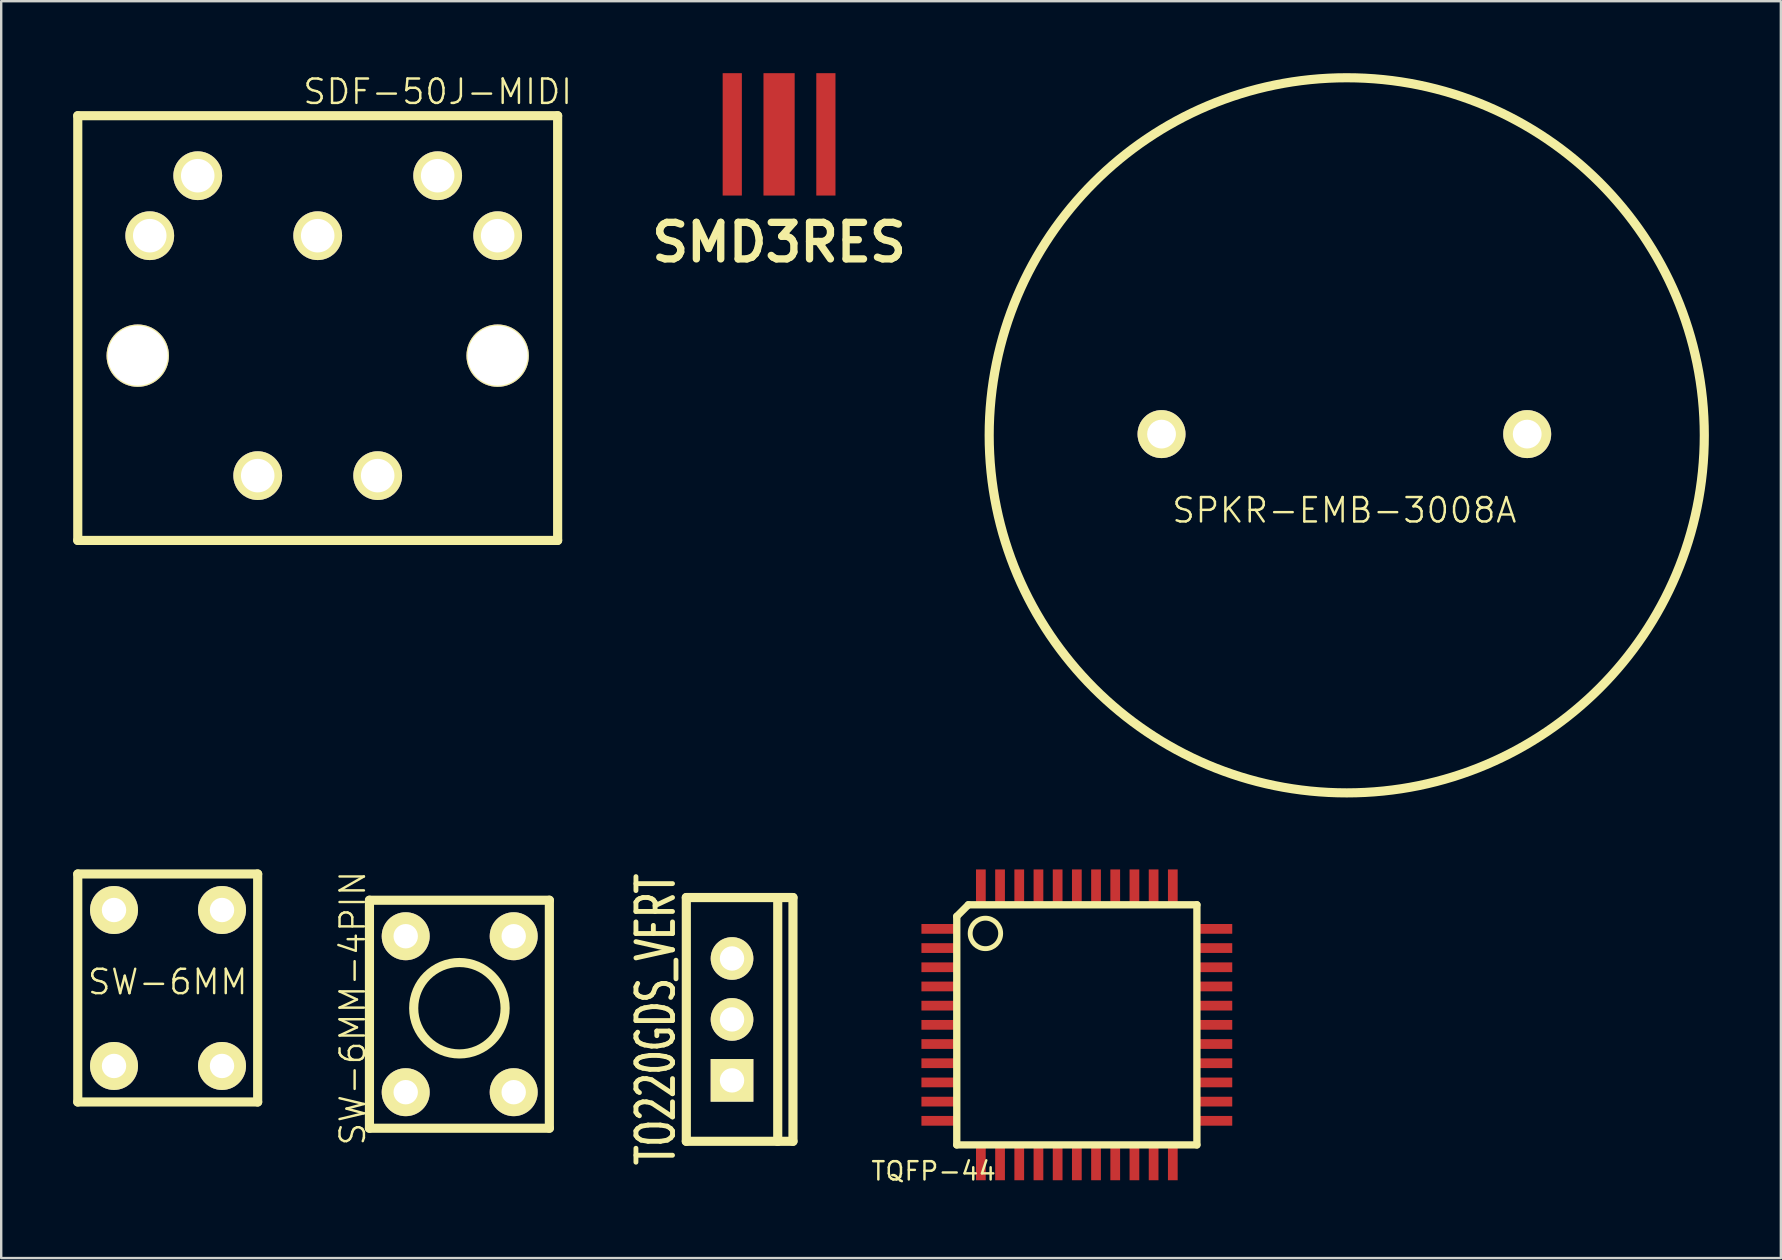
<source format=kicad_pcb>
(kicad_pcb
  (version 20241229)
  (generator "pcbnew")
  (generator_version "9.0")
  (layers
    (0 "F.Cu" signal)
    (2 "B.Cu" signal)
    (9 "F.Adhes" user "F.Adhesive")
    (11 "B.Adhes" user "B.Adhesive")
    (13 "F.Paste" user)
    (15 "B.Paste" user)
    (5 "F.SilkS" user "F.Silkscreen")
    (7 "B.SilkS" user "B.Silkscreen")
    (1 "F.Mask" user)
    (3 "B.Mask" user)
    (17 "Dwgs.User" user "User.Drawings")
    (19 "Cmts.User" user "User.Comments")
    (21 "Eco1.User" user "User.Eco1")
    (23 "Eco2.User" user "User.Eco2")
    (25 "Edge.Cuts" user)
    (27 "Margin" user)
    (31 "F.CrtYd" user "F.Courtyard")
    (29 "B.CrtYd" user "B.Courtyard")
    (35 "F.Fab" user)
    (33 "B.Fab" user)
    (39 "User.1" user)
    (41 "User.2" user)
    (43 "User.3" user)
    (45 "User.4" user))
  (footprint "SW-6MM"
    (layer "F.Cu")
    (at 3.94 37.877)
    (property "Reference" "SW-6MM" (at 0 0 0) (layer "F.SilkS") (effects (font (size 1.016 1.016) (thickness 0.102))))
    (attr through_hole)
    (fp_line (start -3.749 -4.501) (end -3.749 5.001) (stroke (width 0.381) (type solid)) (layer "F.SilkS"))
    (fp_line (start -3.749 5.001) (end 3.749 5.001) (stroke (width 0.381) (type solid)) (layer "F.SilkS"))
    (fp_line (start 3.749 -4.501) (end -3.749 -4.501) (stroke (width 0.381) (type solid)) (layer "F.SilkS"))
    (fp_line (start 3.749 5.001) (end 3.749 -4.501) (stroke (width 0.381) (type solid)) (layer "F.SilkS"))
    (pad "1" thru_hole circle (at -2.238 -3) (size 1.999 1.999) (drill 1.016) (layers "*.Cu" "*.Mask" "F.SilkS"))
    (pad "1" thru_hole circle (at -2.238 3.5) (size 1.999 1.999) (drill 1.016) (layers "*.Cu" "*.Mask" "F.SilkS"))
    (pad "2" thru_hole circle (at 2.263 -3) (size 1.999 1.999) (drill 1.016) (layers "*.Cu" "*.Mask" "F.SilkS"))
    (pad "2" thru_hole circle (at 2.263 3.5) (size 1.999 1.999) (drill 1.016) (layers "*.Cu" "*.Mask" "F.SilkS")))
  (footprint "SPKR-EMB-3008A"
    (layer "F.Cu")
    (at 52.98 15.042)
    (property "Reference" "SPKR-EMB-3008A" (at 0 3.175 0) (layer "F.SilkS") (effects (font (size 1.016 1.016) (thickness 0.102))))
    (attr through_hole)
    (fp_circle (center 0.099 0.051) (end 15.001 -0.051) (stroke (width 0.381) (type solid)) (fill no) (layer "F.SilkS"))
    (pad "1" thru_hole circle (at -7.62 0) (size 1.999 1.999) (drill 1.199) (layers "*.Cu" "*.Mask" "F.SilkS"))
    (pad "2" thru_hole circle (at 7.62 0) (size 1.999 1.999) (drill 1.199) (layers "*.Cu" "*.Mask" "F.SilkS")))
  (footprint "SMD3RES"
    (layer "F.Cu")
    (at 29.42 2.55)
    (property "Reference" "SMD3RES" (at 0 4.501 0) (layer "F.SilkS") (effects (font (size 1.524 1.524) (thickness 0.305))))
    (attr through_hole)
    (pad "1" smd rect (at -1.951 0) (size 0.8 5.1) (layers "F.Cu" "F.Mask" "F.Paste"))
    (pad "2" smd rect (at 0 0) (size 1.3 5.1) (layers "F.Cu" "F.Mask" "F.Paste"))
    (pad "3" smd rect (at 1.951 0) (size 0.8 5.1) (layers "F.Cu" "F.Mask" "F.Paste")))
  (footprint "TQFP-44"
    (placed yes)
    (layer "F.Cu")
    (at 41.83 39.663)
    (property "Reference" "TQFP-44" (at -5.969 6.096 0) (layer "F.SilkS") (effects (font (size 0.762 0.762) (thickness 0.102))))
    (attr smd)
    (fp_line (start -5.004 -4.521) (end -5.004 5.004) (stroke (width 0.305) (type solid)) (layer "F.SilkS"))
    (fp_line (start -5.004 -4.521) (end -4.521 -5.004) (stroke (width 0.305) (type solid)) (layer "F.SilkS"))
    (fp_line (start -4.521 -5.004) (end 5.004 -5.004) (stroke (width 0.305) (type solid)) (layer "F.SilkS"))
    (fp_line (start 5.004 -5.004) (end 5.004 5.004) (stroke (width 0.305) (type solid)) (layer "F.SilkS"))
    (fp_line (start 5.004 5.004) (end -5.004 5.004) (stroke (width 0.305) (type solid)) (layer "F.SilkS"))
    (fp_circle (center -3.81 -3.81) (end -3.81 -3.175) (stroke (width 0.203) (type solid)) (fill no) (layer "F.SilkS"))
    (pad "1" smd rect (at -5.715 -4) (size 1.524 0.406) (layers "F.Cu" "F.Mask" "F.Paste"))
    (pad "2" smd rect (at -5.715 -3.2) (size 1.524 0.406) (layers "F.Cu" "F.Mask" "F.Paste"))
    (pad "3" smd rect (at -5.715 -2.4) (size 1.524 0.406) (layers "F.Cu" "F.Mask" "F.Paste"))
    (pad "4" smd rect (at -5.715 -1.6) (size 1.524 0.406) (layers "F.Cu" "F.Mask" "F.Paste"))
    (pad "5" smd rect (at -5.715 -0.8) (size 1.524 0.406) (layers "F.Cu" "F.Mask" "F.Paste"))
    (pad "6" smd rect (at -5.715 0) (size 1.524 0.406) (layers "F.Cu" "F.Mask" "F.Paste"))
    (pad "7" smd rect (at -5.715 0.8) (size 1.524 0.406) (layers "F.Cu" "F.Mask" "F.Paste"))
    (pad "8" smd rect (at -5.715 1.6) (size 1.524 0.406) (layers "F.Cu" "F.Mask" "F.Paste"))
    (pad "9" smd rect (at -5.715 2.4) (size 1.524 0.406) (layers "F.Cu" "F.Mask" "F.Paste"))
    (pad "10" smd rect (at -5.715 3.2) (size 1.524 0.406) (layers "F.Cu" "F.Mask" "F.Paste"))
    (pad "11" smd rect (at -5.715 4) (size 1.524 0.406) (layers "F.Cu" "F.Mask" "F.Paste"))
    (pad "12" smd rect (at -4 5.715) (size 0.406 1.524) (layers "F.Cu" "F.Mask" "F.Paste"))
    (pad "13" smd rect (at -3.2 5.715) (size 0.406 1.524) (layers "F.Cu" "F.Mask" "F.Paste"))
    (pad "14" smd rect (at -2.4 5.715) (size 0.406 1.524) (layers "F.Cu" "F.Mask" "F.Paste"))
    (pad "15" smd rect (at -1.6 5.715) (size 0.406 1.524) (layers "F.Cu" "F.Mask" "F.Paste"))
    (pad "16" smd rect (at -0.8 5.715) (size 0.406 1.524) (layers "F.Cu" "F.Mask" "F.Paste"))
    (pad "17" smd rect (at 0 5.715) (size 0.406 1.524) (layers "F.Cu" "F.Mask" "F.Paste"))
    (pad "18" smd rect (at 0.8 5.715) (size 0.406 1.524) (layers "F.Cu" "F.Mask" "F.Paste"))
    (pad "19" smd rect (at 1.6 5.715) (size 0.406 1.524) (layers "F.Cu" "F.Mask" "F.Paste"))
    (pad "20" smd rect (at 2.4 5.715) (size 0.406 1.524) (layers "F.Cu" "F.Mask" "F.Paste"))
    (pad "21" smd rect (at 3.2 5.715) (size 0.406 1.524) (layers "F.Cu" "F.Mask" "F.Paste"))
    (pad "22" smd rect (at 4 5.715) (size 0.406 1.524) (layers "F.Cu" "F.Mask" "F.Paste"))
    (pad "23" smd rect (at 5.715 4) (size 1.524 0.406) (layers "F.Cu" "F.Mask" "F.Paste"))
    (pad "24" smd rect (at 5.715 3.2) (size 1.524 0.406) (layers "F.Cu" "F.Mask" "F.Paste"))
    (pad "25" smd rect (at 5.715 2.4) (size 1.524 0.406) (layers "F.Cu" "F.Mask" "F.Paste"))
    (pad "26" smd rect (at 5.715 1.6) (size 1.524 0.406) (layers "F.Cu" "F.Mask" "F.Paste"))
    (pad "27" smd rect (at 5.715 0.8) (size 1.524 0.406) (layers "F.Cu" "F.Mask" "F.Paste"))
    (pad "28" smd rect (at 5.715 0) (size 1.524 0.406) (layers "F.Cu" "F.Mask" "F.Paste"))
    (pad "29" smd rect (at 5.715 -0.8) (size 1.524 0.406) (layers "F.Cu" "F.Mask" "F.Paste"))
    (pad "30" smd rect (at 5.715 -1.6) (size 1.524 0.406) (layers "F.Cu" "F.Mask" "F.Paste"))
    (pad "31" smd rect (at 5.715 -2.4) (size 1.524 0.406) (layers "F.Cu" "F.Mask" "F.Paste"))
    (pad "32" smd rect (at 5.715 -3.2) (size 1.524 0.406) (layers "F.Cu" "F.Mask" "F.Paste"))
    (pad "33" smd rect (at 5.715 -4) (size 1.524 0.406) (layers "F.Cu" "F.Mask" "F.Paste"))
    (pad "34" smd rect (at 4 -5.715) (size 0.406 1.524) (layers "F.Cu" "F.Mask" "F.Paste"))
    (pad "35" smd rect (at 3.2 -5.715) (size 0.406 1.524) (layers "F.Cu" "F.Mask" "F.Paste"))
    (pad "36" smd rect (at 2.4 -5.715) (size 0.406 1.524) (layers "F.Cu" "F.Mask" "F.Paste"))
    (pad "37" smd rect (at 1.6 -5.715) (size 0.406 1.524) (layers "F.Cu" "F.Mask" "F.Paste"))
    (pad "38" smd rect (at 0.8 -5.715) (size 0.406 1.524) (layers "F.Cu" "F.Mask" "F.Paste"))
    (pad "39" smd rect (at 0 -5.715) (size 0.406 1.524) (layers "F.Cu" "F.Mask" "F.Paste"))
    (pad "40" smd rect (at -0.8 -5.715) (size 0.406 1.524) (layers "F.Cu" "F.Mask" "F.Paste"))
    (pad "41" smd rect (at -1.6 -5.715) (size 0.406 1.524) (layers "F.Cu" "F.Mask" "F.Paste"))
    (pad "42" smd rect (at -2.4 -5.715) (size 0.406 1.524) (layers "F.Cu" "F.Mask" "F.Paste"))
    (pad "43" smd rect (at -3.2 -5.715) (size 0.406 1.524) (layers "F.Cu" "F.Mask" "F.Paste"))
    (pad "44" smd rect (at -4 -5.715) (size 0.406 1.524) (layers "F.Cu" "F.Mask" "F.Paste")))
  (footprint "SDF-50J-MIDI"
    (layer "F.Cu")
    (at 10.191 10.773)
    (property "Reference" "SDF-50J-MIDI" (at 5 -10 0) (layer "F.SilkS") (effects (font (size 1.016 1.016) (thickness 0.102))))
    (attr through_hole)
    (fp_line (start -10 -9) (end -10 8.7) (stroke (width 0.381) (type solid)) (layer "F.SilkS"))
    (fp_line (start -10 8.7) (end 10 8.7) (stroke (width 0.381) (type solid)) (layer "F.SilkS"))
    (fp_line (start 10 -9) (end -10 -9) (stroke (width 0.381) (type solid)) (layer "F.SilkS"))
    (fp_line (start 10 8.7) (end 10 -9) (stroke (width 0.381) (type solid)) (layer "F.SilkS"))
    (pad "1" thru_hole circle (at 7.5 -4) (size 2.032 2.032) (drill 1.397) (layers "*.Cu" "*.Mask" "F.SilkS"))
    (pad "2" thru_hole circle (at -7 -4) (size 2.032 2.032) (drill 1.397) (layers "*.Cu" "*.Mask" "F.SilkS"))
    (pad "3" thru_hole circle (at 0 -4) (size 2.032 2.032) (drill 1.397) (layers "*.Cu" "*.Mask" "F.SilkS"))
    (pad "4" thru_hole circle (at 5 -6.5) (size 2.032 2.032) (drill 1.397) (layers "*.Cu" "*.Mask" "F.SilkS"))
    (pad "5" thru_hole circle (at -5 -6.5) (size 2.032 2.032) (drill 1.397) (layers "*.Cu" "*.Mask" "F.SilkS"))
    (pad "6" thru_hole circle (at -2.5 6) (size 2.032 2.032) (drill 1.397) (layers "*.Cu" "*.Mask" "F.SilkS"))
    (pad "6" thru_hole circle (at 2.5 6) (size 2.032 2.032) (drill 1.397) (layers "*.Cu" "*.Mask" "F.SilkS"))
    (pad "HOLE" thru_hole circle (at -7.5 1) (size 2.6 2.6) (drill 2.5) (layers "*.Cu" "*.Mask" "F.SilkS"))
    (pad "HOLE" thru_hole circle (at 7.5 1) (size 2.6 2.6) (drill 2.5) (layers "*.Cu" "*.Mask" "F.SilkS")))
  (footprint "SW-6MM-4PIN"
    (layer "F.Cu")
    (at 16.097 38.97)
    (property "Reference" "SW-6MM-4PIN" (at -4.445 0 90) (layer "F.SilkS") (effects (font (size 1.016 1.016) (thickness 0.102))))
    (attr through_hole)
    (fp_line (start -3.749 -4.501) (end -3.749 5.001) (stroke (width 0.381) (type solid)) (layer "F.SilkS"))
    (fp_line (start -3.749 5.001) (end 3.749 5.001) (stroke (width 0.381) (type solid)) (layer "F.SilkS"))
    (fp_line (start 3.749 -4.501) (end -3.749 -4.501) (stroke (width 0.381) (type solid)) (layer "F.SilkS"))
    (fp_line (start 3.749 5.001) (end 3.749 -4.501) (stroke (width 0.381) (type solid)) (layer "F.SilkS"))
    (fp_circle (center 0 0) (end 1.905 0) (stroke (width 0.381) (type solid)) (fill no) (layer "F.SilkS"))
    (pad "1" thru_hole circle (at -2.238 -3) (size 1.999 1.999) (drill 1.016) (layers "*.Cu" "*.Mask" "F.SilkS"))
    (pad "2" thru_hole circle (at -2.238 3.5) (size 1.999 1.999) (drill 1.016) (layers "*.Cu" "*.Mask" "F.SilkS"))
    (pad "3" thru_hole circle (at 2.263 -3) (size 1.999 1.999) (drill 1.016) (layers "*.Cu" "*.Mask" "F.SilkS"))
    (pad "4" thru_hole circle (at 2.263 3.5) (size 1.999 1.999) (drill 1.016) (layers "*.Cu" "*.Mask" "F.SilkS")))
  (footprint "TO220GDS_VERT"
    (layer "F.Cu")
    (at 27.459 39.437)
    (property "Reference" "TO220GDS_VERT" (at -3.175 0 90) (layer "F.SilkS") (effects (font (size 1.524 1.016) (thickness 0.203))))
    (attr through_hole)
    (fp_line (start -1.905 -5.08) (end 1.905 -5.08) (stroke (width 0.381) (type solid)) (layer "F.SilkS"))
    (fp_line (start -1.905 5.08) (end -1.905 -5.08) (stroke (width 0.381) (type solid)) (layer "F.SilkS"))
    (fp_line (start 1.905 -5.08) (end 1.905 5.08) (stroke (width 0.381) (type solid)) (layer "F.SilkS"))
    (fp_line (start 1.905 -5.08) (end 2.54 -5.08) (stroke (width 0.381) (type solid)) (layer "F.SilkS"))
    (fp_line (start 1.905 5.08) (end -1.905 5.08) (stroke (width 0.381) (type solid)) (layer "F.SilkS"))
    (fp_line (start 2.54 -5.08) (end 2.54 5.08) (stroke (width 0.381) (type solid)) (layer "F.SilkS"))
    (fp_line (start 2.54 5.08) (end 1.905 5.08) (stroke (width 0.381) (type solid)) (layer "F.SilkS"))
    (pad "D" thru_hole circle (at 0 0) (size 1.778 1.778) (drill 1.016) (layers "*.Cu" "*.Mask" "F.SilkS"))
    (pad "G" thru_hole circle (at 0 -2.54) (size 1.778 1.778) (drill 1.016) (layers "*.Cu" "*.Mask" "F.SilkS"))
    (pad "S" thru_hole rect (at 0 2.54) (size 1.778 1.778) (drill 1.016) (layers "*.Cu" "*.Mask" "F.SilkS")))
  (gr_rect
    (start -3 -3)
    (end 71.172 49.383)
    (stroke (width 0.1) (type default))
    (fill no)
    (layer "Edge.Cuts")))
</source>
